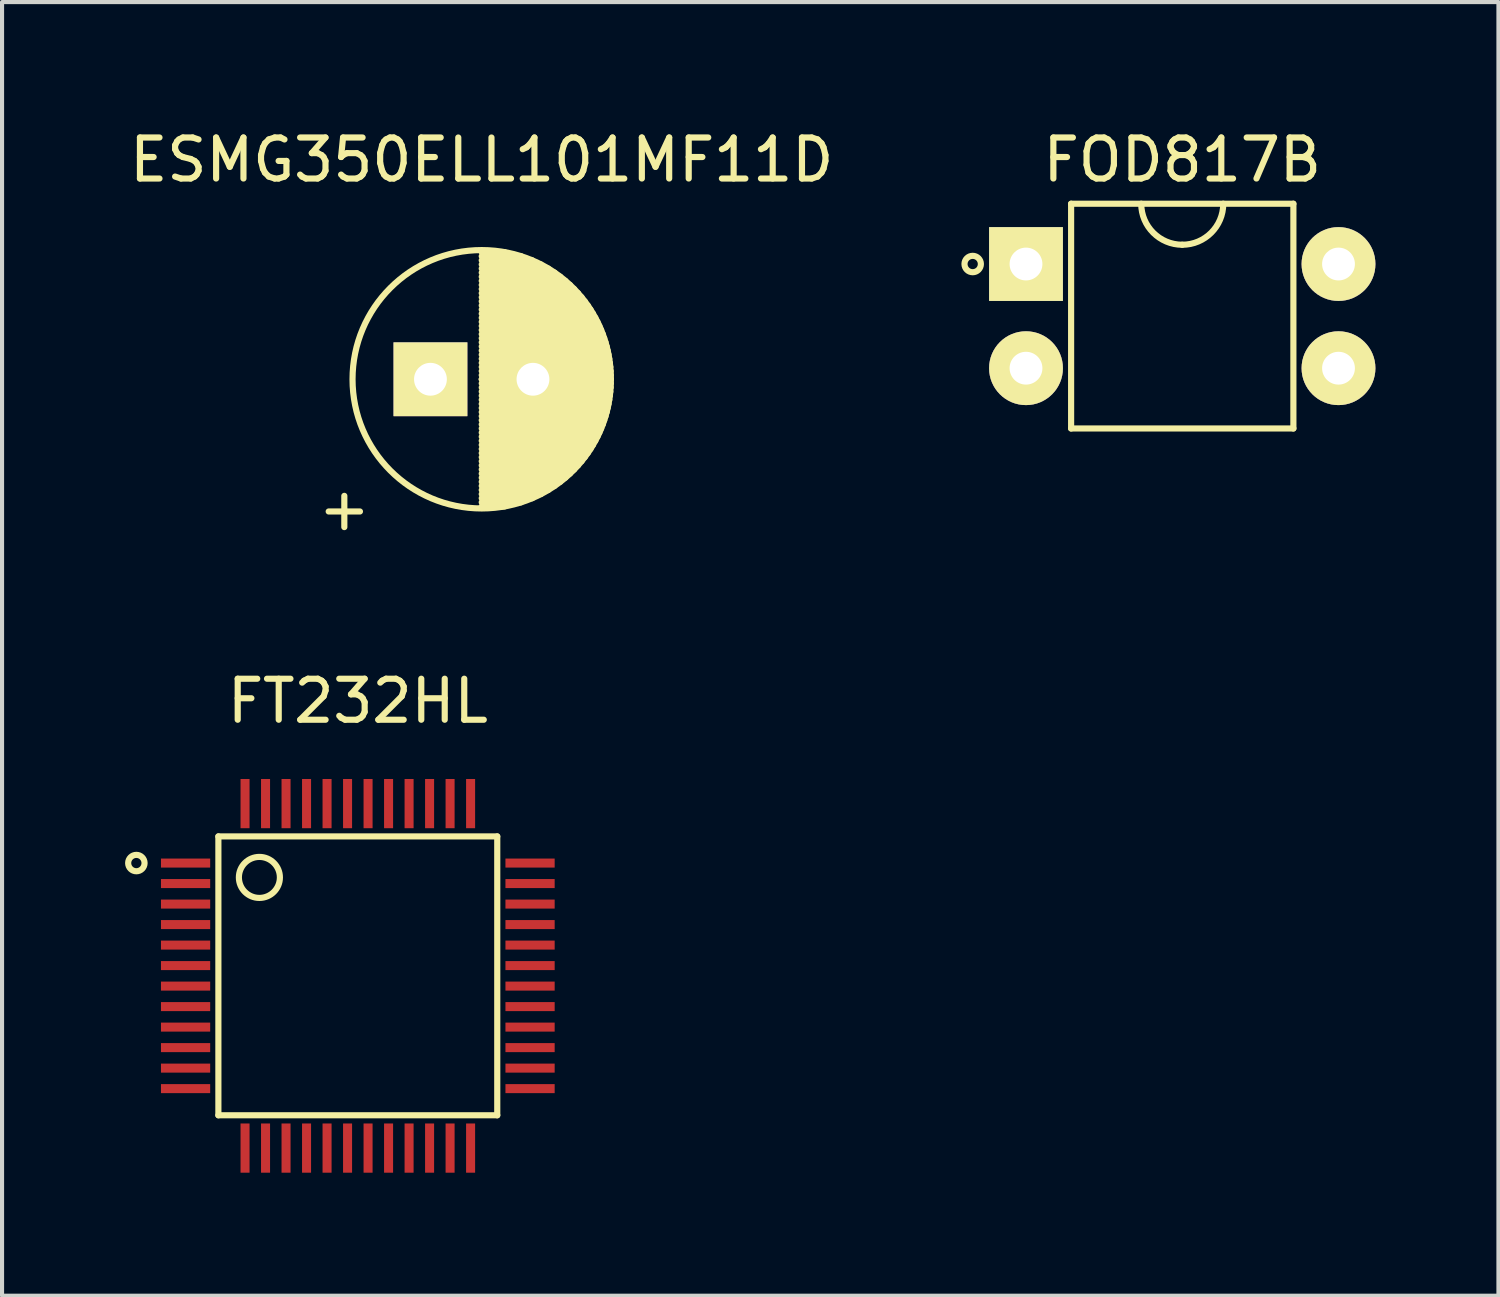
<source format=kicad_pcb>
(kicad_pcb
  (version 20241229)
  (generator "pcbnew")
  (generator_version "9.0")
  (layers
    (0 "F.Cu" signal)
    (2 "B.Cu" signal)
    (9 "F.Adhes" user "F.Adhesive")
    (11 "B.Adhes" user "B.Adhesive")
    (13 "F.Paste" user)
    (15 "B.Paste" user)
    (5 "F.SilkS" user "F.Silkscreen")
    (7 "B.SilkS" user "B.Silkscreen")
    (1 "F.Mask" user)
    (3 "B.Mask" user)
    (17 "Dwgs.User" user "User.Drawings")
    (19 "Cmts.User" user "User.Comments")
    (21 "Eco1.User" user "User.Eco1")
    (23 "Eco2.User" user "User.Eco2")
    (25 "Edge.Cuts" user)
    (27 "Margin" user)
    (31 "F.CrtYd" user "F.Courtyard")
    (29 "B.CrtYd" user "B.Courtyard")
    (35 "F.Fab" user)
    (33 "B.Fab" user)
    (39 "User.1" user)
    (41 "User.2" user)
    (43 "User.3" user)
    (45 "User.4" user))
  (footprint "FOD817B"
    (layer "F.Cu")
    (at 21.968 3.388)
    (property "Reference" "FOD817B" (at 3.81 -2.54 0) (layer "F.SilkS") (effects (font (size 1 1) (thickness 0.15))))
    (attr through_hole)
    (fp_line (start 1.1 -1.47) (end 6.52 -1.47) (stroke (width 0.15) (type solid)) (layer "F.SilkS"))
    (fp_line (start 1.1 4.01) (end 1.1 -1.47) (stroke (width 0.15) (type solid)) (layer "F.SilkS"))
    (fp_line (start 6.52 -1.47) (end 6.52 4.01) (stroke (width 0.15) (type solid)) (layer "F.SilkS"))
    (fp_line (start 6.52 4.01) (end 1.1 4.01) (stroke (width 0.15) (type solid)) (layer "F.SilkS"))
    (fp_arc (start 3.81 -0.47) (mid 3.102893 -0.762893) (end 2.81 -1.47) (stroke (width 0.15) (type solid)) (layer "F.SilkS"))
    (fp_arc (start 4.81 -1.47) (mid 4.517107 -0.762893) (end 3.81 -0.47) (stroke (width 0.15) (type solid)) (layer "F.SilkS"))
    (fp_circle (center -1.3 0) (end -1.3 0.2) (stroke (width 0.15) (type solid)) (fill no) (layer "F.SilkS"))
    (pad "1" thru_hole rect (at 0 0) (size 1.8 1.8) (drill 0.8) (layers "*.Cu" "*.Mask" "F.SilkS"))
    (pad "2" thru_hole circle (at 0 2.54) (size 1.8 1.8) (drill 0.8) (layers "*.Cu" "*.Mask" "F.SilkS"))
    (pad "3" thru_hole circle (at 7.62 2.54) (size 1.8 1.8) (drill 0.8) (layers "*.Cu" "*.Mask" "F.SilkS"))
    (pad "4" thru_hole circle (at 7.62 0) (size 1.8 1.8) (drill 0.8) (layers "*.Cu" "*.Mask" "F.SilkS")))
  (footprint "FT232HL"
    (layer "F.Cu")
    (at 1.475 16.545)
    (property "Reference" "FT232HL" (at 4.2 -2.5 0) (layer "F.SilkS") (effects (font (size 1 1) (thickness 0.15))))
    (attr through_hole)
    (fp_line (start 0.8 0.8) (end 0.8 7.6) (stroke (width 0.15) (type solid)) (layer "F.SilkS"))
    (fp_line (start 0.8 0.8) (end 7.6 0.8) (stroke (width 0.15) (type solid)) (layer "F.SilkS"))
    (fp_line (start 0.8 7.6) (end 7.6 7.6) (stroke (width 0.15) (type solid)) (layer "F.SilkS"))
    (fp_line (start 7.6 7.6) (end 7.6 0.8) (stroke (width 0.15) (type solid)) (layer "F.SilkS"))
    (fp_circle (center -1.2 1.45) (end -1.2 1.25) (stroke (width 0.15) (type solid)) (fill no) (layer "F.SilkS"))
    (fp_circle (center 1.8 1.8) (end 1.8 1.3) (stroke (width 0.15) (type solid)) (fill no) (layer "F.SilkS"))
    (pad "1" smd rect (at 0 1.45) (size 1.2 0.22) (layers "F.Cu" "F.Mask" "F.Paste"))
    (pad "2" smd rect (at 0 1.95) (size 1.2 0.22) (layers "F.Cu" "F.Mask" "F.Paste"))
    (pad "3" smd rect (at 0 2.45) (size 1.2 0.22) (layers "F.Cu" "F.Mask" "F.Paste"))
    (pad "4" smd rect (at 0 2.95) (size 1.2 0.22) (layers "F.Cu" "F.Mask" "F.Paste"))
    (pad "5" smd rect (at 0 3.45) (size 1.2 0.22) (layers "F.Cu" "F.Mask" "F.Paste"))
    (pad "6" smd rect (at 0 3.95) (size 1.2 0.22) (layers "F.Cu" "F.Mask" "F.Paste"))
    (pad "7" smd rect (at 0 4.45) (size 1.2 0.22) (layers "F.Cu" "F.Mask" "F.Paste"))
    (pad "8" smd rect (at 0 4.95) (size 1.2 0.22) (layers "F.Cu" "F.Mask" "F.Paste"))
    (pad "9" smd rect (at 0 5.45) (size 1.2 0.22) (layers "F.Cu" "F.Mask" "F.Paste"))
    (pad "10" smd rect (at 0 5.95) (size 1.2 0.22) (layers "F.Cu" "F.Mask" "F.Paste"))
    (pad "11" smd rect (at 0 6.45) (size 1.2 0.22) (layers "F.Cu" "F.Mask" "F.Paste"))
    (pad "12" smd rect (at 0 6.95) (size 1.2 0.22) (layers "F.Cu" "F.Mask" "F.Paste"))
    (pad "13" smd rect (at 1.45 8.4) (size 0.22 1.2) (layers "F.Cu" "F.Mask" "F.Paste"))
    (pad "14" smd rect (at 1.95 8.4) (size 0.22 1.2) (layers "F.Cu" "F.Mask" "F.Paste"))
    (pad "15" smd rect (at 2.45 8.4) (size 0.22 1.2) (layers "F.Cu" "F.Mask" "F.Paste"))
    (pad "16" smd rect (at 2.95 8.4) (size 0.22 1.2) (layers "F.Cu" "F.Mask" "F.Paste"))
    (pad "17" smd rect (at 3.45 8.4) (size 0.22 1.2) (layers "F.Cu" "F.Mask" "F.Paste"))
    (pad "18" smd rect (at 3.95 8.4) (size 0.22 1.2) (layers "F.Cu" "F.Mask" "F.Paste"))
    (pad "19" smd rect (at 4.45 8.4) (size 0.22 1.2) (layers "F.Cu" "F.Mask" "F.Paste"))
    (pad "20" smd rect (at 4.95 8.4) (size 0.22 1.2) (layers "F.Cu" "F.Mask" "F.Paste"))
    (pad "21" smd rect (at 5.45 8.4) (size 0.22 1.2) (layers "F.Cu" "F.Mask" "F.Paste"))
    (pad "22" smd rect (at 5.95 8.4) (size 0.22 1.2) (layers "F.Cu" "F.Mask" "F.Paste"))
    (pad "23" smd rect (at 6.45 8.4) (size 0.22 1.2) (layers "F.Cu" "F.Mask" "F.Paste"))
    (pad "24" smd rect (at 6.95 8.4) (size 0.22 1.2) (layers "F.Cu" "F.Mask" "F.Paste"))
    (pad "25" smd rect (at 8.4 6.95) (size 1.2 0.22) (layers "F.Cu" "F.Mask" "F.Paste"))
    (pad "26" smd rect (at 8.4 6.45) (size 1.2 0.22) (layers "F.Cu" "F.Mask" "F.Paste"))
    (pad "27" smd rect (at 8.4 5.95) (size 1.2 0.22) (layers "F.Cu" "F.Mask" "F.Paste"))
    (pad "28" smd rect (at 8.4 5.45) (size 1.2 0.22) (layers "F.Cu" "F.Mask" "F.Paste"))
    (pad "29" smd rect (at 8.4 4.95) (size 1.2 0.22) (layers "F.Cu" "F.Mask" "F.Paste"))
    (pad "30" smd rect (at 8.4 4.45) (size 1.2 0.22) (layers "F.Cu" "F.Mask" "F.Paste"))
    (pad "31" smd rect (at 8.4 3.95) (size 1.2 0.22) (layers "F.Cu" "F.Mask" "F.Paste"))
    (pad "32" smd rect (at 8.4 3.45) (size 1.2 0.22) (layers "F.Cu" "F.Mask" "F.Paste"))
    (pad "33" smd rect (at 8.4 2.95) (size 1.2 0.22) (layers "F.Cu" "F.Mask" "F.Paste"))
    (pad "34" smd rect (at 8.4 2.45) (size 1.2 0.22) (layers "F.Cu" "F.Mask" "F.Paste"))
    (pad "35" smd rect (at 8.4 1.95) (size 1.2 0.22) (layers "F.Cu" "F.Mask" "F.Paste"))
    (pad "36" smd rect (at 8.4 1.45) (size 1.2 0.22) (layers "F.Cu" "F.Mask" "F.Paste"))
    (pad "37" smd rect (at 6.95 0) (size 0.22 1.2) (layers "F.Cu" "F.Mask" "F.Paste"))
    (pad "38" smd rect (at 6.45 0) (size 0.22 1.2) (layers "F.Cu" "F.Mask" "F.Paste"))
    (pad "39" smd rect (at 5.95 0) (size 0.22 1.2) (layers "F.Cu" "F.Mask" "F.Paste"))
    (pad "40" smd rect (at 5.45 0) (size 0.22 1.2) (layers "F.Cu" "F.Mask" "F.Paste"))
    (pad "41" smd rect (at 4.95 0) (size 0.22 1.2) (layers "F.Cu" "F.Mask" "F.Paste"))
    (pad "42" smd rect (at 4.45 0) (size 0.22 1.2) (layers "F.Cu" "F.Mask" "F.Paste"))
    (pad "43" smd rect (at 3.95 0) (size 0.22 1.2) (layers "F.Cu" "F.Mask" "F.Paste"))
    (pad "44" smd rect (at 3.45 0) (size 0.22 1.2) (layers "F.Cu" "F.Mask" "F.Paste"))
    (pad "45" smd rect (at 2.95 0) (size 0.22 1.2) (layers "F.Cu" "F.Mask" "F.Paste"))
    (pad "46" smd rect (at 2.45 0) (size 0.22 1.2) (layers "F.Cu" "F.Mask" "F.Paste"))
    (pad "47" smd rect (at 1.95 0) (size 0.22 1.2) (layers "F.Cu" "F.Mask" "F.Paste"))
    (pad "48" smd rect (at 1.45 0) (size 0.22 1.2) (layers "F.Cu" "F.Mask" "F.Paste")))
  (footprint "ESMG350ELL101MF11D"
    (layer "F.Cu")
    (at 7.446 6.198)
    (property "Reference" "ESMG350ELL101MF11D" (at 1.25 -5.35 0) (layer "F.SilkS") (effects (font (size 1 1) (thickness 0.15))))
    (attr through_hole)
    (fp_line (start 1.25 -3.1) (end 1.809 -3.1) (stroke (width 0.15) (type solid)) (layer "F.SilkS"))
    (fp_line (start 1.25 -3) (end 2.21 -3) (stroke (width 0.15) (type solid)) (layer "F.SilkS"))
    (fp_line (start 1.25 -2.9) (end 2.48 -2.9) (stroke (width 0.15) (type solid)) (layer "F.SilkS"))
    (fp_line (start 1.25 -2.8) (end 2.693 -2.8) (stroke (width 0.15) (type solid)) (layer "F.SilkS"))
    (fp_line (start 1.25 -2.7) (end 2.872 -2.7) (stroke (width 0.15) (type solid)) (layer "F.SilkS"))
    (fp_line (start 1.25 -2.6) (end 3.028 -2.6) (stroke (width 0.15) (type solid)) (layer "F.SilkS"))
    (fp_line (start 1.25 -2.5) (end 3.166 -2.5) (stroke (width 0.15) (type solid)) (layer "F.SilkS"))
    (fp_line (start 1.25 -2.4) (end 3.29 -2.4) (stroke (width 0.15) (type solid)) (layer "F.SilkS"))
    (fp_line (start 1.25 -2.3) (end 3.402 -2.3) (stroke (width 0.15) (type solid)) (layer "F.SilkS"))
    (fp_line (start 1.25 -2.2) (end 3.504 -2.2) (stroke (width 0.15) (type solid)) (layer "F.SilkS"))
    (fp_line (start 1.25 -2.1) (end 3.598 -2.1) (stroke (width 0.15) (type solid)) (layer "F.SilkS"))
    (fp_line (start 1.25 -2) (end 3.684 -2) (stroke (width 0.15) (type solid)) (layer "F.SilkS"))
    (fp_line (start 1.25 -1.9) (end 3.762 -1.9) (stroke (width 0.15) (type solid)) (layer "F.SilkS"))
    (fp_line (start 1.25 -1.8) (end 3.835 -1.8) (stroke (width 0.15) (type solid)) (layer "F.SilkS"))
    (fp_line (start 1.25 -1.7) (end 3.902 -1.7) (stroke (width 0.15) (type solid)) (layer "F.SilkS"))
    (fp_line (start 1.25 -1.6) (end 3.963 -1.6) (stroke (width 0.15) (type solid)) (layer "F.SilkS"))
    (fp_line (start 1.25 -1.5) (end 4.02 -1.5) (stroke (width 0.15) (type solid)) (layer "F.SilkS"))
    (fp_line (start 1.25 -1.4) (end 4.072 -1.4) (stroke (width 0.15) (type solid)) (layer "F.SilkS"))
    (fp_line (start 1.25 -1.3) (end 4.119 -1.3) (stroke (width 0.15) (type solid)) (layer "F.SilkS"))
    (fp_line (start 1.25 -1.2) (end 4.162 -1.2) (stroke (width 0.15) (type solid)) (layer "F.SilkS"))
    (fp_line (start 1.25 -1.1) (end 4.202 -1.1) (stroke (width 0.15) (type solid)) (layer "F.SilkS"))
    (fp_line (start 1.25 -1) (end 4.237 -1) (stroke (width 0.15) (type solid)) (layer "F.SilkS"))
    (fp_line (start 1.25 -0.9) (end 4.269 -0.9) (stroke (width 0.15) (type solid)) (layer "F.SilkS"))
    (fp_line (start 1.25 -0.8) (end 4.297 -0.8) (stroke (width 0.15) (type solid)) (layer "F.SilkS"))
    (fp_line (start 1.25 -0.7) (end 4.321 -0.7) (stroke (width 0.15) (type solid)) (layer "F.SilkS"))
    (fp_line (start 1.25 -0.6) (end 4.342 -0.6) (stroke (width 0.15) (type solid)) (layer "F.SilkS"))
    (fp_line (start 1.25 -0.5) (end 4.36 -0.5) (stroke (width 0.15) (type solid)) (layer "F.SilkS"))
    (fp_line (start 1.25 -0.4) (end 4.375 -0.4) (stroke (width 0.15) (type solid)) (layer "F.SilkS"))
    (fp_line (start 1.25 -0.3) (end 4.386 -0.3) (stroke (width 0.15) (type solid)) (layer "F.SilkS"))
    (fp_line (start 1.25 -0.2) (end 4.394 -0.2) (stroke (width 0.15) (type solid)) (layer "F.SilkS"))
    (fp_line (start 1.25 -0.1) (end 4.398 -0.1) (stroke (width 0.15) (type solid)) (layer "F.SilkS"))
    (fp_line (start 1.25 0) (end 4.4 0) (stroke (width 0.15) (type solid)) (layer "F.SilkS"))
    (fp_line (start 1.25 0) (end 4.4 0) (stroke (width 0.15) (type solid)) (layer "F.SilkS"))
    (fp_line (start 1.25 0.1) (end 4.398 0.1) (stroke (width 0.15) (type solid)) (layer "F.SilkS"))
    (fp_line (start 1.25 0.2) (end 4.394 0.2) (stroke (width 0.15) (type solid)) (layer "F.SilkS"))
    (fp_line (start 1.25 0.3) (end 4.386 0.3) (stroke (width 0.15) (type solid)) (layer "F.SilkS"))
    (fp_line (start 1.25 0.4) (end 4.375 0.4) (stroke (width 0.15) (type solid)) (layer "F.SilkS"))
    (fp_line (start 1.25 0.5) (end 4.36 0.5) (stroke (width 0.15) (type solid)) (layer "F.SilkS"))
    (fp_line (start 1.25 0.6) (end 4.342 0.6) (stroke (width 0.15) (type solid)) (layer "F.SilkS"))
    (fp_line (start 1.25 0.7) (end 4.321 0.7) (stroke (width 0.15) (type solid)) (layer "F.SilkS"))
    (fp_line (start 1.25 0.8) (end 4.297 0.8) (stroke (width 0.15) (type solid)) (layer "F.SilkS"))
    (fp_line (start 1.25 0.9) (end 4.269 0.9) (stroke (width 0.15) (type solid)) (layer "F.SilkS"))
    (fp_line (start 1.25 1) (end 4.237 1) (stroke (width 0.15) (type solid)) (layer "F.SilkS"))
    (fp_line (start 1.25 1.1) (end 4.202 1.1) (stroke (width 0.15) (type solid)) (layer "F.SilkS"))
    (fp_line (start 1.25 1.2) (end 4.162 1.2) (stroke (width 0.15) (type solid)) (layer "F.SilkS"))
    (fp_line (start 1.25 1.3) (end 4.119 1.3) (stroke (width 0.15) (type solid)) (layer "F.SilkS"))
    (fp_line (start 1.25 1.4) (end 4.072 1.4) (stroke (width 0.15) (type solid)) (layer "F.SilkS"))
    (fp_line (start 1.25 1.5) (end 4.02 1.5) (stroke (width 0.15) (type solid)) (layer "F.SilkS"))
    (fp_line (start 1.25 1.6) (end 3.963 1.6) (stroke (width 0.15) (type solid)) (layer "F.SilkS"))
    (fp_line (start 1.25 1.7) (end 3.902 1.7) (stroke (width 0.15) (type solid)) (layer "F.SilkS"))
    (fp_line (start 1.25 1.8) (end 3.835 1.8) (stroke (width 0.15) (type solid)) (layer "F.SilkS"))
    (fp_line (start 1.25 1.9) (end 3.762 1.9) (stroke (width 0.15) (type solid)) (layer "F.SilkS"))
    (fp_line (start 1.25 2) (end 3.684 2) (stroke (width 0.15) (type solid)) (layer "F.SilkS"))
    (fp_line (start 1.25 2.1) (end 3.598 2.1) (stroke (width 0.15) (type solid)) (layer "F.SilkS"))
    (fp_line (start 1.25 2.2) (end 3.504 2.2) (stroke (width 0.15) (type solid)) (layer "F.SilkS"))
    (fp_line (start 1.25 2.3) (end 3.402 2.3) (stroke (width 0.15) (type solid)) (layer "F.SilkS"))
    (fp_line (start 1.25 2.4) (end 3.29 2.4) (stroke (width 0.15) (type solid)) (layer "F.SilkS"))
    (fp_line (start 1.25 2.5) (end 3.166 2.5) (stroke (width 0.15) (type solid)) (layer "F.SilkS"))
    (fp_line (start 1.25 2.6) (end 3.028 2.6) (stroke (width 0.15) (type solid)) (layer "F.SilkS"))
    (fp_line (start 1.25 2.7) (end 2.872 2.7) (stroke (width 0.15) (type solid)) (layer "F.SilkS"))
    (fp_line (start 1.25 2.8) (end 2.693 2.8) (stroke (width 0.15) (type solid)) (layer "F.SilkS"))
    (fp_line (start 1.25 2.9) (end 2.48 2.9) (stroke (width 0.15) (type solid)) (layer "F.SilkS"))
    (fp_line (start 1.25 3) (end 2.21 3) (stroke (width 0.15) (type solid)) (layer "F.SilkS"))
    (fp_line (start 1.25 3.1) (end 1.809 3.1) (stroke (width 0.15) (type solid)) (layer "F.SilkS"))
    (fp_circle (center 1.25 0) (end 1.25 -3.15) (stroke (width 0.15) (type solid)) (fill no) (layer "F.SilkS"))
    (fp_text user "+" (at -2.1 3.15 0) (layer "F.SilkS") (effects (font (size 1 1) (thickness 0.15))))
    (pad "1" thru_hole rect (at 0 0) (size 1.8 1.8) (drill 0.8) (layers "*.Cu" "*.Mask" "F.SilkS"))
    (pad "2" thru_hole circle (at 2.5 0) (size 1.8 1.8) (drill 0.8) (layers "*.Cu" "*.Mask" "F.SilkS")))
  (gr_rect
    (start -3 -3)
    (end 33.488 28.545)
    (stroke (width 0.1) (type default))
    (fill no)
    (layer "Edge.Cuts")))
</source>
